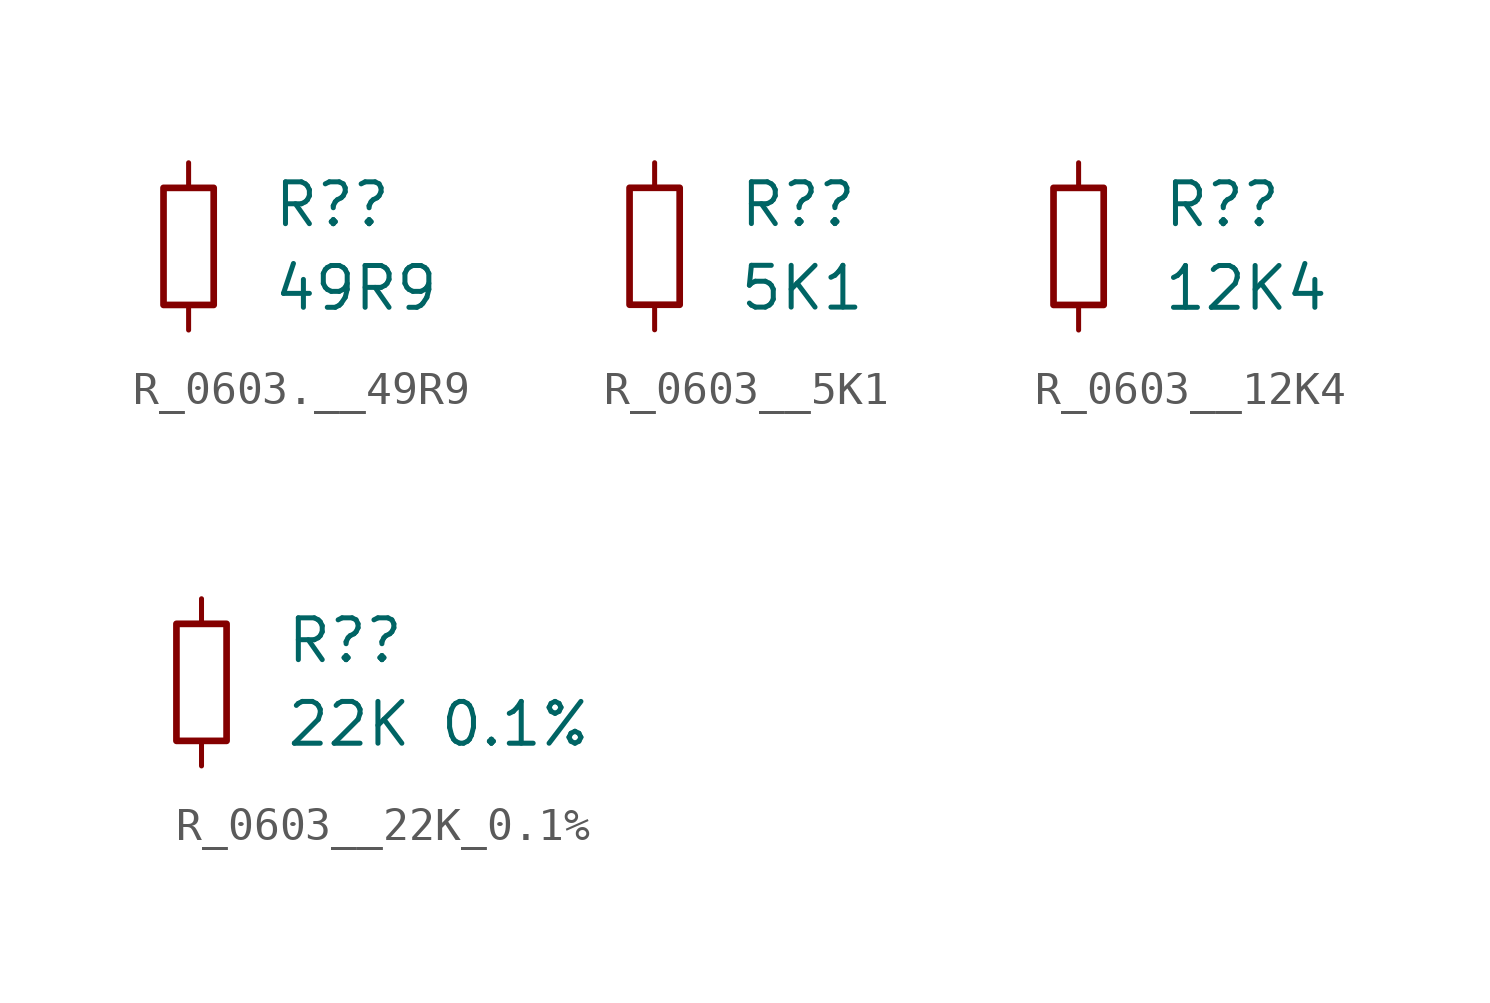
<source format=kicad_sym>
(kicad_symbol_lib
  (version 20231120)
  (generator "kicad_symbol_editor")
  (generator_version "8.0")
  (symbol "R_0603.__49R9"
    (pin_numbers hide)
    (pin_names
      (offset 0.254) hide)
    (property "Reference" "R?"
      (at 2.54 1.27 0)
      (effects (font (size 1.27 1.27)) (justify left)))
    (property "Value" "49R9"
      (at 2.54 -1.27 0)
      (effects (font (size 1.27 1.27)) (justify left)))
    (symbol "R_0603.__49R9_0_1"
      (rectangle (start -0.762 1.778) (end 0.762 -1.778) (stroke (width 0.203) (type default)) (fill (type none))))
    (symbol "R_0603.__49R9_1_1"
      (pin passive line (at 0 2.54 270) (length 0.762) (name "~" (effects (font (size 1.27 1.27)))) (number "1" (effects (font (size 1.27 1.27)))))
      (pin passive line (at 0 -2.54 90) (length 0.762) (name "~" (effects (font (size 1.27 1.27)))) (number "2" (effects (font (size 1.27 1.27)))))))
  (symbol "R_0603__5K1"
    (pin_numbers hide)
    (pin_names
      (offset 0.254) hide)
    (property "Reference" "R?"
      (at 2.54 1.27 0)
      (effects (font (size 1.27 1.27)) (justify left)))
    (property "Value" "5K1"
      (at 2.54 -1.27 0)
      (effects (font (size 1.27 1.27)) (justify left)))
    (symbol "R_0603__5K1_0_1"
      (rectangle (start -0.762 1.778) (end 0.762 -1.778) (stroke (width 0.203) (type default)) (fill (type none))))
    (symbol "R_0603__5K1_1_1"
      (pin passive line (at 0 2.54 270) (length 0.762) (name "~" (effects (font (size 1.27 1.27)))) (number "1" (effects (font (size 1.27 1.27)))))
      (pin passive line (at 0 -2.54 90) (length 0.762) (name "~" (effects (font (size 1.27 1.27)))) (number "2" (effects (font (size 1.27 1.27)))))))
  (symbol "R_0603__12K4"
    (pin_numbers hide)
    (pin_names
      (offset 0.254) hide)
    (property "Reference" "R?"
      (at 2.54 1.27 0)
      (effects (font (size 1.27 1.27)) (justify left)))
    (property "Value" "12K4"
      (at 2.54 -1.27 0)
      (effects (font (size 1.27 1.27)) (justify left)))
    (symbol "R_0603__12K4_0_1"
      (rectangle (start -0.762 1.778) (end 0.762 -1.778) (stroke (width 0.203) (type default)) (fill (type none))))
    (symbol "R_0603__12K4_1_1"
      (pin passive line (at 0 2.54 270) (length 0.762) (name "~" (effects (font (size 1.27 1.27)))) (number "1" (effects (font (size 1.27 1.27)))))
      (pin passive line (at 0 -2.54 90) (length 0.762) (name "~" (effects (font (size 1.27 1.27)))) (number "2" (effects (font (size 1.27 1.27)))))))
  (symbol "R_0603__22K_0.1%"
    (pin_numbers hide)
    (pin_names
      (offset 0.254) hide)
    (property "Reference" "R?"
      (at 2.54 1.27 0)
      (effects (font (size 1.27 1.27)) (justify left)))
    (property "Value" "22K 0.1%"
      (at 2.54 -1.27 0)
      (effects (font (size 1.27 1.27)) (justify left)))
    (symbol "R_0603__22K_0.1%_0_1"
      (rectangle (start -0.762 1.778) (end 0.762 -1.778) (stroke (width 0.203) (type default)) (fill (type none))))
    (symbol "R_0603__22K_0.1%_1_1"
      (pin passive line (at 0 2.54 270) (length 0.762) (name "~" (effects (font (size 1.27 1.27)))) (number "1" (effects (font (size 1.27 1.27)))))
      (pin passive line (at 0 -2.54 90) (length 0.762) (name "~" (effects (font (size 1.27 1.27)))) (number "2" (effects (font (size 1.27 1.27))))))))
</source>
